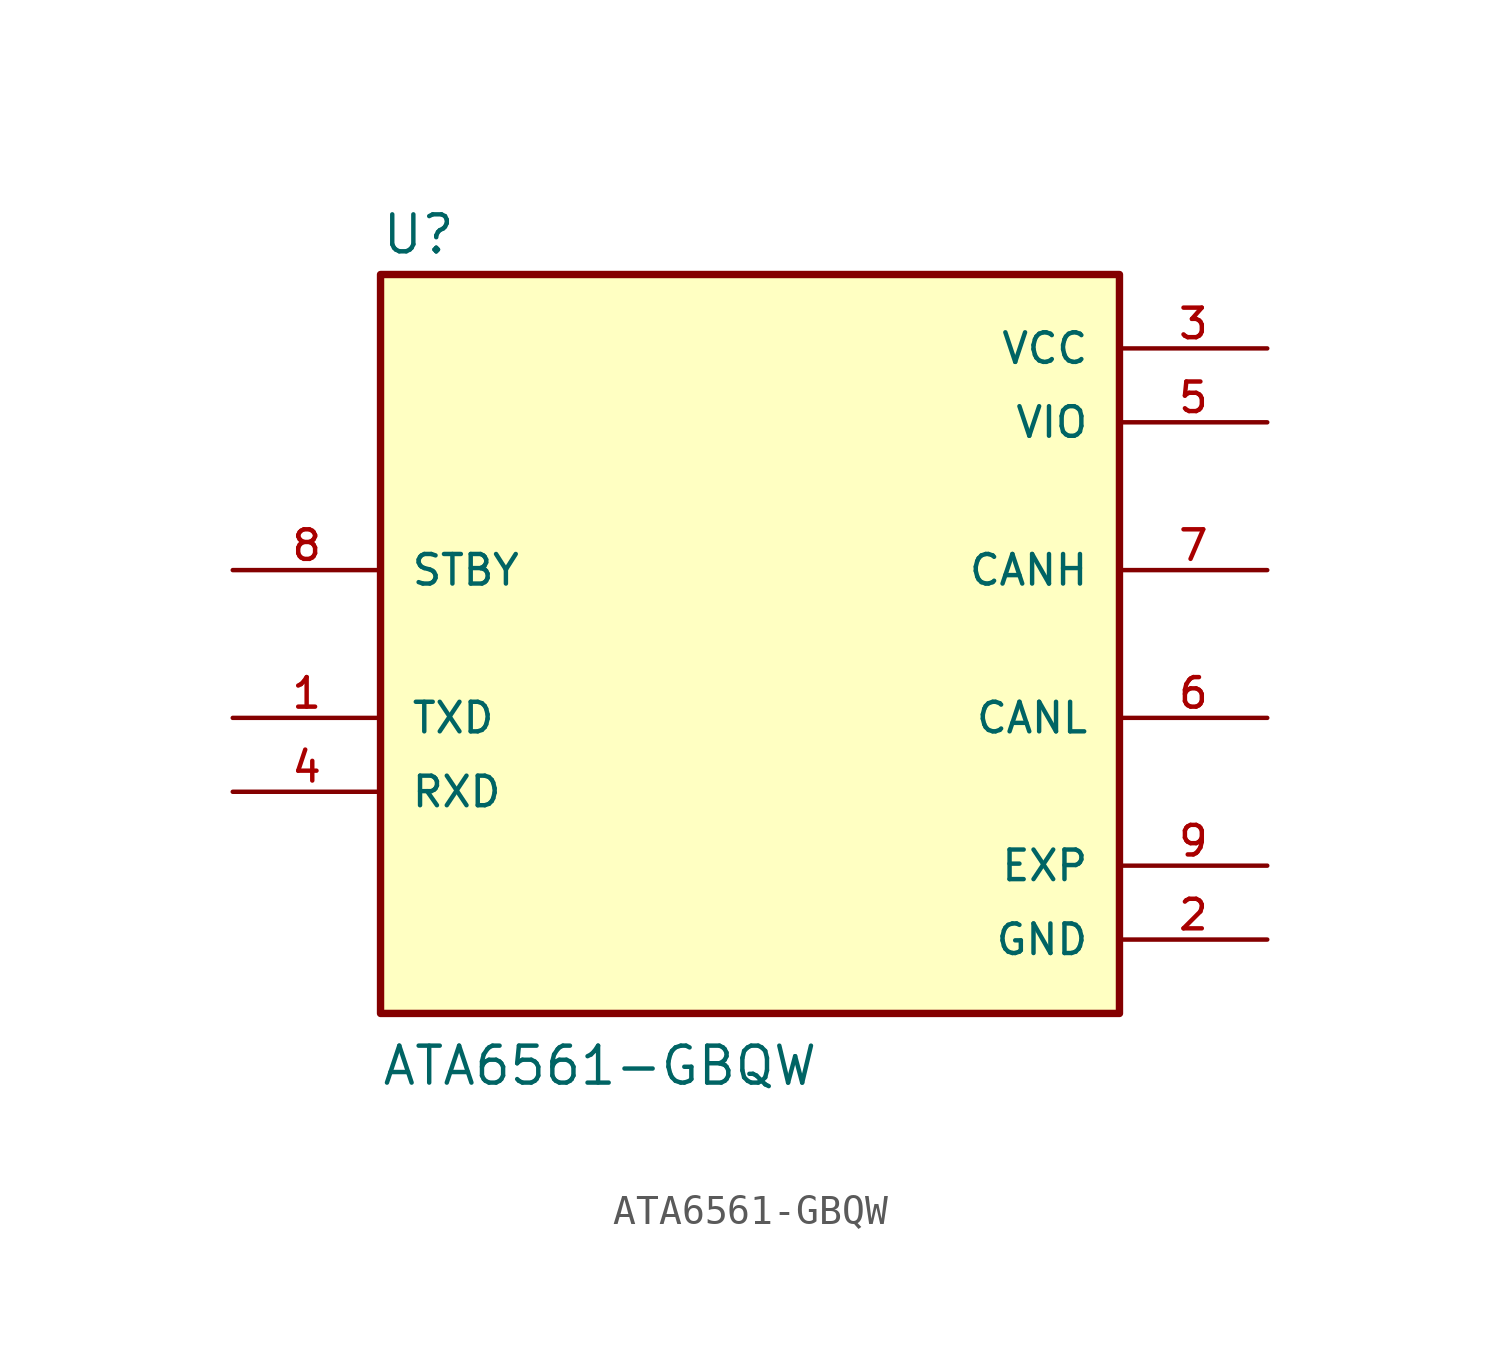
<source format=kicad_sym>
(kicad_symbol_lib
  (version 20220914)
  (generator kicad_symbol_editor)
  (symbol "ATA6561-GBQW"
    (pin_names
      (offset 1.016))
    (property "Reference" "U"
      (at -12.7 13.335 0)
      (effects (font (size 1.27 1.27)) (justify left bottom)))
    (property "Value" "ATA6561-GBQW"
      (at -12.7 -15.24 0)
      (effects (font (size 1.27 1.27)) (justify left bottom)))
    (symbol "ATA6561-GBQW_0_0"
      (rectangle (start -12.7 -12.7) (end 12.7 12.7) (stroke (width 0.254) (type default)) (fill (type background)))
      (pin input line (at -17.78 -2.54 0) (length 5.08) (name "TXD" (effects (font (size 1.016 1.016)))) (number "1" (effects (font (size 1.016 1.016)))))
      (pin power_in line (at 17.78 -10.16 180) (length 5.08) (name "GND" (effects (font (size 1.016 1.016)))) (number "2" (effects (font (size 1.016 1.016)))))
      (pin power_in line (at 17.78 10.16 180) (length 5.08) (name "VCC" (effects (font (size 1.016 1.016)))) (number "3" (effects (font (size 1.016 1.016)))))
      (pin output line (at -17.78 -5.08 0) (length 5.08) (name "RXD" (effects (font (size 1.016 1.016)))) (number "4" (effects (font (size 1.016 1.016)))))
      (pin power_in line (at 17.78 7.62 180) (length 5.08) (name "VIO" (effects (font (size 1.016 1.016)))) (number "5" (effects (font (size 1.016 1.016)))))
      (pin bidirectional line (at 17.78 -2.54 180) (length 5.08) (name "CANL" (effects (font (size 1.016 1.016)))) (number "6" (effects (font (size 1.016 1.016)))))
      (pin bidirectional line (at 17.78 2.54 180) (length 5.08) (name "CANH" (effects (font (size 1.016 1.016)))) (number "7" (effects (font (size 1.016 1.016)))))
      (pin input line (at -17.78 2.54 0) (length 5.08) (name "STBY" (effects (font (size 1.016 1.016)))) (number "8" (effects (font (size 1.016 1.016)))))
      (pin power_in line (at 17.78 -7.62 180) (length 5.08) (name "EXP" (effects (font (size 1.016 1.016)))) (number "9" (effects (font (size 1.016 1.016))))))))
</source>
